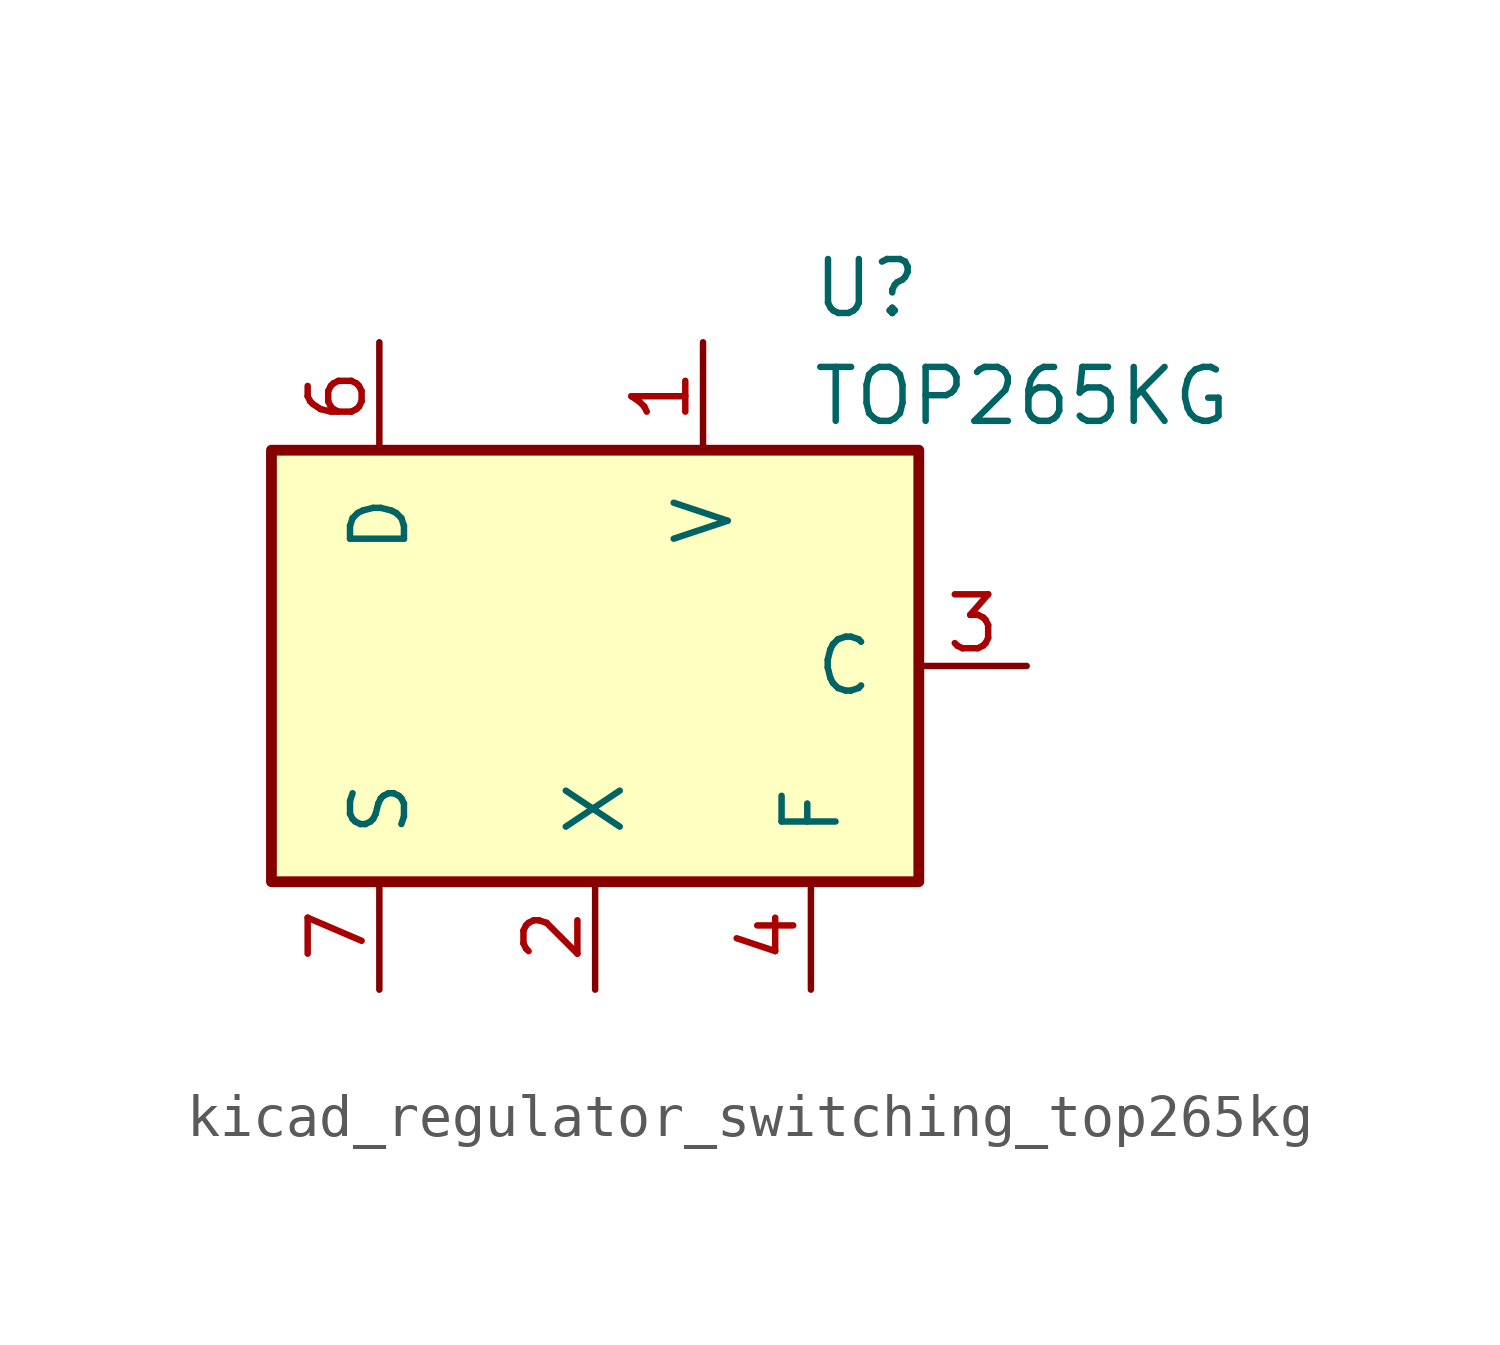
<source format=kicad_sym>
(kicad_symbol_lib
  (version 20220914)
  (generator kicad_symbol_editor)
  (symbol "kicad_regulator_switching_top265kg"
    (pin_names
      (offset 1.016))
    (property "Reference" "U"
      (at 5.08 8.89 0)
      (effects (font (size 1.27 1.27)) (justify left)))
    (property "Value" "TOP265KG"
      (at 5.08 6.35 0)
      (effects (font (size 1.27 1.27)) (justify left)))
    (symbol "kicad_regulator_switching_top265kg_0_1"
      (rectangle (start -7.62 5.08) (end 7.62 -5.08) (stroke (width 0.254) (type default)) (fill (type background))))
    (symbol "kicad_regulator_switching_top265kg_1_1"
      (pin input line (at 2.54 7.62 270) (length 2.54) (name "V" (effects (font (size 1.27 1.27)))) (number "1" (effects (font (size 1.27 1.27)))))
      (pin passive line (at -5.08 -7.62 90) (length 2.54) hide (name "S" (effects (font (size 1.27 1.27)))) (number "10" (effects (font (size 1.27 1.27)))))
      (pin passive line (at -5.08 -7.62 90) (length 2.54) hide (name "S" (effects (font (size 1.27 1.27)))) (number "11" (effects (font (size 1.27 1.27)))))
      (pin passive line (at -5.08 -7.62 90) (length 2.54) hide (name "S" (effects (font (size 1.27 1.27)))) (number "12" (effects (font (size 1.27 1.27)))))
      (pin input line (at 0 -7.62 90) (length 2.54) (name "X" (effects (font (size 1.27 1.27)))) (number "2" (effects (font (size 1.27 1.27)))))
      (pin input line (at 10.16 0 180) (length 2.54) (name "C" (effects (font (size 1.27 1.27)))) (number "3" (effects (font (size 1.27 1.27)))))
      (pin passive line (at 5.08 -7.62 90) (length 2.54) (name "F" (effects (font (size 1.27 1.27)))) (number "4" (effects (font (size 1.27 1.27)))))
      (pin open_collector line (at -5.08 7.62 270) (length 2.54) (name "D" (effects (font (size 1.27 1.27)))) (number "6" (effects (font (size 1.27 1.27)))))
      (pin power_in line (at -5.08 -7.62 90) (length 2.54) (name "S" (effects (font (size 1.27 1.27)))) (number "7" (effects (font (size 1.27 1.27)))))
      (pin passive line (at -5.08 -7.62 90) (length 2.54) hide (name "S" (effects (font (size 1.27 1.27)))) (number "8" (effects (font (size 1.27 1.27)))))
      (pin passive line (at -5.08 -7.62 90) (length 2.54) hide (name "S" (effects (font (size 1.27 1.27)))) (number "9" (effects (font (size 1.27 1.27))))))))
</source>
